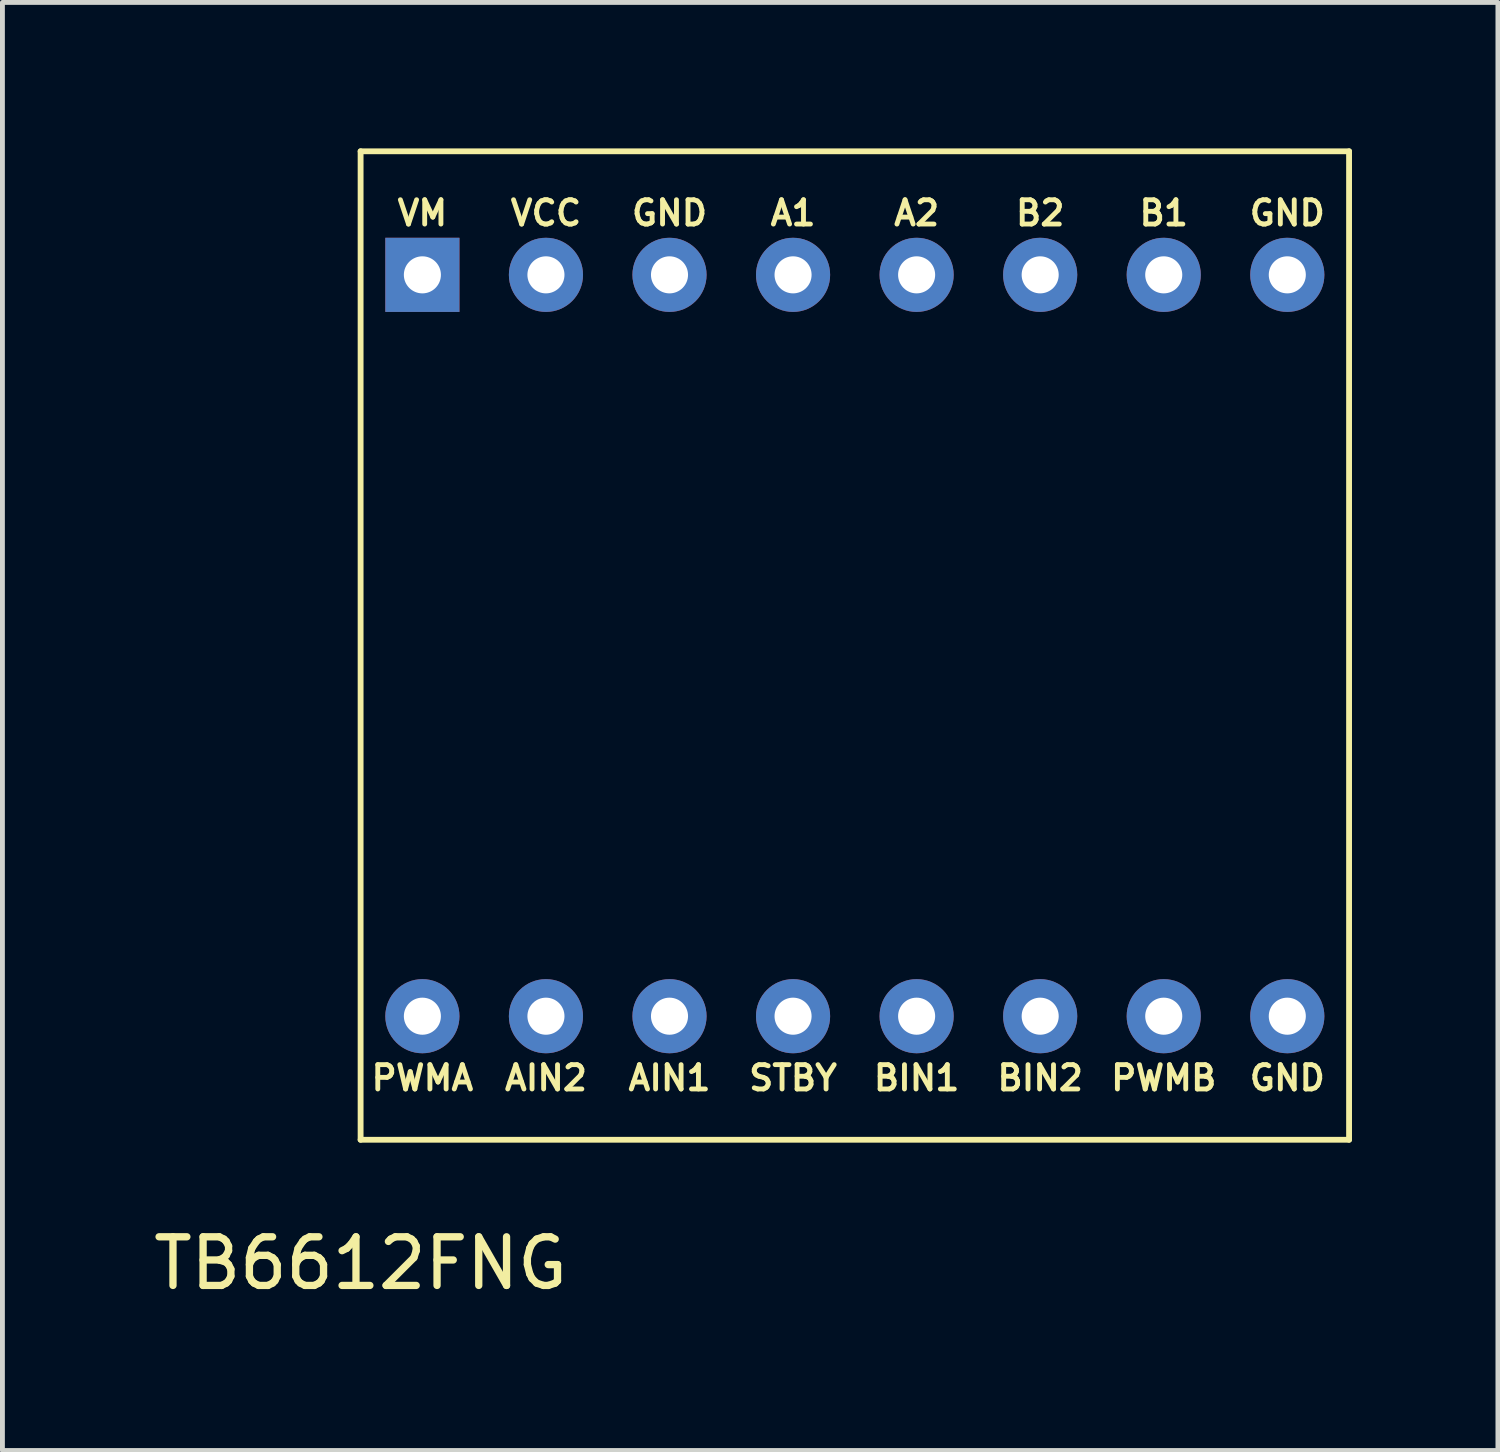
<source format=kicad_pcb>
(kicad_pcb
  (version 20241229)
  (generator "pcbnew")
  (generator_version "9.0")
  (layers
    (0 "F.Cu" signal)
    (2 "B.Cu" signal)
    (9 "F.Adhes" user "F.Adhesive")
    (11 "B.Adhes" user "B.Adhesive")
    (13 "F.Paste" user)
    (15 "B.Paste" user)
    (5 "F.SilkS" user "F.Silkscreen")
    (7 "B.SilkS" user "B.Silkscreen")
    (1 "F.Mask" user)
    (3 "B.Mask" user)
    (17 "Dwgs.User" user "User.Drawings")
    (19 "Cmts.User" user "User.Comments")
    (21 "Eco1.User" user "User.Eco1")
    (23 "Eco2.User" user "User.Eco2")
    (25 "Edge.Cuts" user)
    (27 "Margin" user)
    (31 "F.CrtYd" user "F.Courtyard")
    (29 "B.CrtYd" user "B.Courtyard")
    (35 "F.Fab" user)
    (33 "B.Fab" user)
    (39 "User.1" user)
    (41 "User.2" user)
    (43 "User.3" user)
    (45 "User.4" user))
  (footprint "TB6612FNG"
    (layer "F.Cu")
    (at 14.523 10.22)
    (property "Reference" "TB6612FNG" (at -10.16 12.7 0) (layer "F.SilkS") (effects (font (size 1 1) (thickness 0.15))))
    (attr through_hole)
    (fp_line (start -10.16 -10.16) (end -10.16 10.16) (stroke (width 0.12) (type solid)) (layer "F.SilkS"))
    (fp_line (start -10.16 10.16) (end 10.16 10.16) (stroke (width 0.12) (type solid)) (layer "F.SilkS"))
    (fp_line (start 10.16 -10.16) (end -10.16 -10.16) (stroke (width 0.12) (type solid)) (layer "F.SilkS"))
    (fp_line (start 10.16 10.16) (end 10.16 -10.16) (stroke (width 0.12) (type solid)) (layer "F.SilkS"))
    (fp_text user "AIN1" (at -3.81 8.89 0) (layer "F.SilkS") (effects (font (size 0.5 0.5) (thickness 0.1))))
    (fp_text user "A1" (at -1.27 -8.89 0) (layer "F.SilkS") (effects (font (size 0.5 0.5) (thickness 0.1))))
    (fp_text user "STBY" (at -1.27 8.89 0) (layer "F.SilkS") (effects (font (size 0.5 0.5) (thickness 0.1))))
    (fp_text user "VCC" (at -6.35 -8.89 0) (layer "F.SilkS") (effects (font (size 0.5 0.5) (thickness 0.1))))
    (fp_text user "A2" (at 1.27 -8.89 0) (layer "F.SilkS") (effects (font (size 0.5 0.5) (thickness 0.1))))
    (fp_text user "BIN2" (at 3.81 8.89 0) (layer "F.SilkS") (effects (font (size 0.5 0.5) (thickness 0.1))))
    (fp_text user "BIN1" (at 1.27 8.89 0) (layer "F.SilkS") (effects (font (size 0.5 0.5) (thickness 0.1))))
    (fp_text user "AIN2" (at -6.35 8.89 0) (layer "F.SilkS") (effects (font (size 0.5 0.5) (thickness 0.1))))
    (fp_text user "GND" (at 8.89 -8.89 0) (layer "F.SilkS") (effects (font (size 0.5 0.5) (thickness 0.1))))
    (fp_text user "PWMA" (at -8.89 8.89 0) (layer "F.SilkS") (effects (font (size 0.5 0.5) (thickness 0.1))))
    (fp_text user "GND" (at 8.89 8.89 0) (layer "F.SilkS") (effects (font (size 0.5 0.5) (thickness 0.1))))
    (fp_text user "VM" (at -8.89 -8.89 0) (layer "F.SilkS") (effects (font (size 0.5 0.5) (thickness 0.1))))
    (fp_text user "PWMB" (at 6.35 8.89 0) (layer "F.SilkS") (effects (font (size 0.5 0.5) (thickness 0.1))))
    (fp_text user "B2" (at 3.81 -8.89 0) (layer "F.SilkS") (effects (font (size 0.5 0.5) (thickness 0.1))))
    (fp_text user "B1" (at 6.35 -8.89 0) (layer "F.SilkS") (effects (font (size 0.5 0.5) (thickness 0.1))))
    (fp_text user "GND" (at -3.81 -8.89 0) (layer "F.SilkS") (effects (font (size 0.5 0.5) (thickness 0.1))))
    (pad "1" thru_hole rect (at -8.89 -7.62) (size 1.524 1.524) (drill 0.762) (layers "*.Cu" "*.Mask"))
    (pad "2" thru_hole circle (at -6.35 -7.62) (size 1.524 1.524) (drill 0.762) (layers "*.Cu" "*.Mask"))
    (pad "3" thru_hole circle (at -3.81 -7.62) (size 1.524 1.524) (drill 0.762) (layers "*.Cu" "*.Mask"))
    (pad "4" thru_hole circle (at -1.27 -7.62) (size 1.524 1.524) (drill 0.762) (layers "*.Cu" "*.Mask"))
    (pad "5" thru_hole circle (at 1.27 -7.62) (size 1.524 1.524) (drill 0.762) (layers "*.Cu" "*.Mask"))
    (pad "6" thru_hole circle (at 3.81 -7.62) (size 1.524 1.524) (drill 0.762) (layers "*.Cu" "*.Mask"))
    (pad "7" thru_hole circle (at 6.35 -7.62) (size 1.524 1.524) (drill 0.762) (layers "*.Cu" "*.Mask"))
    (pad "8" thru_hole circle (at 8.89 -7.62) (size 1.524 1.524) (drill 0.762) (layers "*.Cu" "*.Mask"))
    (pad "9" thru_hole circle (at 8.89 7.62) (size 1.524 1.524) (drill 0.762) (layers "*.Cu" "*.Mask"))
    (pad "10" thru_hole circle (at 6.35 7.62) (size 1.524 1.524) (drill 0.762) (layers "*.Cu" "*.Mask"))
    (pad "11" thru_hole circle (at 3.81 7.62) (size 1.524 1.524) (drill 0.762) (layers "*.Cu" "*.Mask"))
    (pad "12" thru_hole circle (at 1.27 7.62) (size 1.524 1.524) (drill 0.762) (layers "*.Cu" "*.Mask"))
    (pad "13" thru_hole circle (at -1.27 7.62) (size 1.524 1.524) (drill 0.762) (layers "*.Cu" "*.Mask"))
    (pad "14" thru_hole circle (at -3.81 7.62) (size 1.524 1.524) (drill 0.762) (layers "*.Cu" "*.Mask"))
    (pad "15" thru_hole circle (at -6.35 7.62) (size 1.524 1.524) (drill 0.762) (layers "*.Cu" "*.Mask"))
    (pad "16" thru_hole circle (at -8.89 7.62) (size 1.524 1.524) (drill 0.762) (layers "*.Cu" "*.Mask")))
  (gr_rect
    (start -3 -3)
    (end 27.743 26.768)
    (stroke (width 0.1) (type default))
    (fill no)
    (layer "Edge.Cuts")))
</source>
